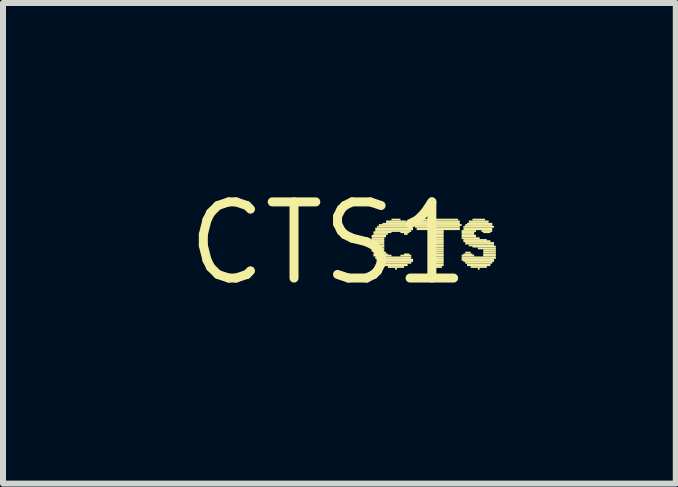
<source format=kicad_pcb>
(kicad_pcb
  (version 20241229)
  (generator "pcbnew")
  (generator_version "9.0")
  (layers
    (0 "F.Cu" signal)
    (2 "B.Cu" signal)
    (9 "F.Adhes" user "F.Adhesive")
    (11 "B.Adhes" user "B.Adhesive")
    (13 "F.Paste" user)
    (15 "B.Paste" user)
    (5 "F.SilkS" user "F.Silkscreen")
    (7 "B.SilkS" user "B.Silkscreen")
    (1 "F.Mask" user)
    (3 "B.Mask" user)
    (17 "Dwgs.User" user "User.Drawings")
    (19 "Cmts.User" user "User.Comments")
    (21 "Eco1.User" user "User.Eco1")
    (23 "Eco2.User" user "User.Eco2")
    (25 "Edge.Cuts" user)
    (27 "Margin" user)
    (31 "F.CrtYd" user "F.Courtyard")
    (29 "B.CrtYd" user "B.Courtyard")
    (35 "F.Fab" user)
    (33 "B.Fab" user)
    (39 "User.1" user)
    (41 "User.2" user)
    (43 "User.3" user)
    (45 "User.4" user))
  (footprint "CTS1"
    (layer "F.Cu")
    (at 2.426 1.006)
    (property "Reference" "CTS1" (at 0 0 0) (layer "F.SilkS") (effects (font (size 1.27 1.27) (thickness 0.15))))
    (fp_poly (pts (xy 0.72 -0.1) (xy 0.96 -0.1) (xy 0.96 -0.14) (xy 0.72 -0.14)) (stroke (width 0) (type default)) (fill yes) (layer "F.SilkS"))
    (fp_poly (pts (xy 0.72 -0.07) (xy 0.93 -0.07) (xy 0.93 -0.1) (xy 0.72 -0.1)) (stroke (width 0) (type default)) (fill yes) (layer "F.SilkS"))
    (fp_poly (pts (xy 0.72 -0.04) (xy 0.93 -0.04) (xy 0.93 -0.07) (xy 0.72 -0.07)) (stroke (width 0) (type default)) (fill yes) (layer "F.SilkS"))
    (fp_poly (pts (xy 0.72 -0.02) (xy 0.93 -0.02) (xy 0.93 -0.05) (xy 0.72 -0.05)) (stroke (width 0) (type default)) (fill yes) (layer "F.SilkS"))
    (fp_poly (pts (xy 0.72 0.02) (xy 0.93 0.02) (xy 0.93 -0.02) (xy 0.72 -0.02)) (stroke (width 0) (type default)) (fill yes) (layer "F.SilkS"))
    (fp_poly (pts (xy 0.72 0.05) (xy 0.93 0.05) (xy 0.93 0.02) (xy 0.72 0.02)) (stroke (width 0) (type default)) (fill yes) (layer "F.SilkS"))
    (fp_poly (pts (xy 0.72 0.07) (xy 0.93 0.07) (xy 0.93 0.04) (xy 0.72 0.04)) (stroke (width 0) (type default)) (fill yes) (layer "F.SilkS"))
    (fp_poly (pts (xy 0.72 0.1) (xy 0.93 0.1) (xy 0.93 0.07) (xy 0.72 0.07)) (stroke (width 0) (type default)) (fill yes) (layer "F.SilkS"))
    (fp_poly (pts (xy 0.72 0.14) (xy 0.93 0.14) (xy 0.93 0.1) (xy 0.72 0.1)) (stroke (width 0) (type default)) (fill yes) (layer "F.SilkS"))
    (fp_poly (pts (xy 0.75 -0.17) (xy 1.05 -0.17) (xy 1.05 -0.2) (xy 0.75 -0.2)) (stroke (width 0) (type default)) (fill yes) (layer "F.SilkS"))
    (fp_poly (pts (xy 0.75 -0.14) (xy 0.99 -0.14) (xy 0.99 -0.17) (xy 0.75 -0.17)) (stroke (width 0) (type default)) (fill yes) (layer "F.SilkS"))
    (fp_poly (pts (xy 0.75 0.17) (xy 0.96 0.17) (xy 0.96 0.14) (xy 0.75 0.14)) (stroke (width 0) (type default)) (fill yes) (layer "F.SilkS"))
    (fp_poly (pts (xy 0.75 0.2) (xy 0.99 0.2) (xy 0.99 0.17) (xy 0.75 0.17)) (stroke (width 0) (type default)) (fill yes) (layer "F.SilkS"))
    (fp_poly (pts (xy 0.75 0.22) (xy 1.05 0.22) (xy 1.05 0.19) (xy 0.75 0.19)) (stroke (width 0) (type default)) (fill yes) (layer "F.SilkS"))
    (fp_poly (pts (xy 0.78 -0.22) (xy 1.41 -0.22) (xy 1.41 -0.26) (xy 0.78 -0.26)) (stroke (width 0) (type default)) (fill yes) (layer "F.SilkS"))
    (fp_poly (pts (xy 0.78 -0.19) (xy 1.38 -0.19) (xy 1.38 -0.22) (xy 0.78 -0.22)) (stroke (width 0) (type default)) (fill yes) (layer "F.SilkS"))
    (fp_poly (pts (xy 0.78 0.26) (xy 1.38 0.26) (xy 1.38 0.22) (xy 0.78 0.22)) (stroke (width 0) (type default)) (fill yes) (layer "F.SilkS"))
    (fp_poly (pts (xy 0.81 -0.26) (xy 1.41 -0.26) (xy 1.41 -0.29) (xy 0.81 -0.29)) (stroke (width 0) (type default)) (fill yes) (layer "F.SilkS"))
    (fp_poly (pts (xy 0.81 0.29) (xy 1.41 0.29) (xy 1.41 0.26) (xy 0.81 0.26)) (stroke (width 0) (type default)) (fill yes) (layer "F.SilkS"))
    (fp_poly (pts (xy 0.84 -0.29) (xy 1.38 -0.29) (xy 1.38 -0.32) (xy 0.84 -0.32)) (stroke (width 0) (type default)) (fill yes) (layer "F.SilkS"))
    (fp_poly (pts (xy 0.84 0.31) (xy 1.41 0.31) (xy 1.41 0.28) (xy 0.84 0.28)) (stroke (width 0) (type default)) (fill yes) (layer "F.SilkS"))
    (fp_poly (pts (xy 0.87 0.34) (xy 1.38 0.34) (xy 1.38 0.31) (xy 0.87 0.31)) (stroke (width 0) (type default)) (fill yes) (layer "F.SilkS"))
    (fp_poly (pts (xy 0.9 -0.31) (xy 1.35 -0.31) (xy 1.35 -0.34) (xy 0.9 -0.34)) (stroke (width 0) (type default)) (fill yes) (layer "F.SilkS"))
    (fp_poly (pts (xy 0.93 0.38) (xy 1.32 0.38) (xy 1.32 0.34) (xy 0.93 0.34)) (stroke (width 0) (type default)) (fill yes) (layer "F.SilkS"))
    (fp_poly (pts (xy 0.96 -0.34) (xy 1.29 -0.34) (xy 1.29 -0.38) (xy 0.96 -0.38)) (stroke (width 0) (type default)) (fill yes) (layer "F.SilkS"))
    (fp_poly (pts (xy 0.99 0.41) (xy 1.26 0.41) (xy 1.26 0.38) (xy 0.99 0.38)) (stroke (width 0) (type default)) (fill yes) (layer "F.SilkS"))
    (fp_poly (pts (xy 1.05 -0.38) (xy 1.2 -0.38) (xy 1.2 -0.41) (xy 1.05 -0.41)) (stroke (width 0) (type default)) (fill yes) (layer "F.SilkS"))
    (fp_poly (pts (xy 1.11 0.44) (xy 1.14 0.44) (xy 1.14 0.41) (xy 1.11 0.41)) (stroke (width 0) (type default)) (fill yes) (layer "F.SilkS"))
    (fp_poly (pts (xy 1.2 -0.17) (xy 1.35 -0.17) (xy 1.35 -0.2) (xy 1.2 -0.2)) (stroke (width 0) (type default)) (fill yes) (layer "F.SilkS"))
    (fp_poly (pts (xy 1.2 0.22) (xy 1.38 0.22) (xy 1.38 0.19) (xy 1.2 0.19)) (stroke (width 0) (type default)) (fill yes) (layer "F.SilkS"))
    (fp_poly (pts (xy 1.26 -0.14) (xy 1.32 -0.14) (xy 1.32 -0.17) (xy 1.26 -0.17)) (stroke (width 0) (type default)) (fill yes) (layer "F.SilkS"))
    (fp_poly (pts (xy 1.26 0.2) (xy 1.35 0.2) (xy 1.35 0.17) (xy 1.26 0.17)) (stroke (width 0) (type default)) (fill yes) (layer "F.SilkS"))
    (fp_poly (pts (xy 1.44 -0.34) (xy 2.19 -0.34) (xy 2.19 -0.38) (xy 1.44 -0.38)) (stroke (width 0) (type default)) (fill yes) (layer "F.SilkS"))
    (fp_poly (pts (xy 1.44 -0.31) (xy 2.19 -0.31) (xy 2.19 -0.34) (xy 1.44 -0.34)) (stroke (width 0) (type default)) (fill yes) (layer "F.SilkS"))
    (fp_poly (pts (xy 1.44 -0.29) (xy 2.22 -0.29) (xy 2.22 -0.32) (xy 1.44 -0.32)) (stroke (width 0) (type default)) (fill yes) (layer "F.SilkS"))
    (fp_poly (pts (xy 1.44 -0.26) (xy 2.19 -0.26) (xy 2.19 -0.29) (xy 1.44 -0.29)) (stroke (width 0) (type default)) (fill yes) (layer "F.SilkS"))
    (fp_poly (pts (xy 1.47 -0.22) (xy 2.19 -0.22) (xy 2.19 -0.26) (xy 1.47 -0.26)) (stroke (width 0) (type default)) (fill yes) (layer "F.SilkS"))
    (fp_poly (pts (xy 1.5 -0.38) (xy 2.16 -0.38) (xy 2.16 -0.41) (xy 1.5 -0.41)) (stroke (width 0) (type default)) (fill yes) (layer "F.SilkS"))
    (fp_poly (pts (xy 1.71 -0.19) (xy 1.92 -0.19) (xy 1.92 -0.22) (xy 1.71 -0.22)) (stroke (width 0) (type default)) (fill yes) (layer "F.SilkS"))
    (fp_poly (pts (xy 1.71 -0.17) (xy 1.92 -0.17) (xy 1.92 -0.2) (xy 1.71 -0.2)) (stroke (width 0) (type default)) (fill yes) (layer "F.SilkS"))
    (fp_poly (pts (xy 1.71 -0.14) (xy 1.92 -0.14) (xy 1.92 -0.17) (xy 1.71 -0.17)) (stroke (width 0) (type default)) (fill yes) (layer "F.SilkS"))
    (fp_poly (pts (xy 1.71 -0.1) (xy 1.92 -0.1) (xy 1.92 -0.14) (xy 1.71 -0.14)) (stroke (width 0) (type default)) (fill yes) (layer "F.SilkS"))
    (fp_poly (pts (xy 1.71 -0.07) (xy 1.92 -0.07) (xy 1.92 -0.1) (xy 1.71 -0.1)) (stroke (width 0) (type default)) (fill yes) (layer "F.SilkS"))
    (fp_poly (pts (xy 1.71 -0.04) (xy 1.92 -0.04) (xy 1.92 -0.07) (xy 1.71 -0.07)) (stroke (width 0) (type default)) (fill yes) (layer "F.SilkS"))
    (fp_poly (pts (xy 1.71 -0.02) (xy 1.92 -0.02) (xy 1.92 -0.05) (xy 1.71 -0.05)) (stroke (width 0) (type default)) (fill yes) (layer "F.SilkS"))
    (fp_poly (pts (xy 1.71 0.02) (xy 1.92 0.02) (xy 1.92 -0.02) (xy 1.71 -0.02)) (stroke (width 0) (type default)) (fill yes) (layer "F.SilkS"))
    (fp_poly (pts (xy 1.71 0.05) (xy 1.92 0.05) (xy 1.92 0.02) (xy 1.71 0.02)) (stroke (width 0) (type default)) (fill yes) (layer "F.SilkS"))
    (fp_poly (pts (xy 1.71 0.07) (xy 1.92 0.07) (xy 1.92 0.04) (xy 1.71 0.04)) (stroke (width 0) (type default)) (fill yes) (layer "F.SilkS"))
    (fp_poly (pts (xy 1.71 0.1) (xy 1.92 0.1) (xy 1.92 0.07) (xy 1.71 0.07)) (stroke (width 0) (type default)) (fill yes) (layer "F.SilkS"))
    (fp_poly (pts (xy 1.71 0.14) (xy 1.92 0.14) (xy 1.92 0.1) (xy 1.71 0.1)) (stroke (width 0) (type default)) (fill yes) (layer "F.SilkS"))
    (fp_poly (pts (xy 1.71 0.17) (xy 1.92 0.17) (xy 1.92 0.14) (xy 1.71 0.14)) (stroke (width 0) (type default)) (fill yes) (layer "F.SilkS"))
    (fp_poly (pts (xy 1.71 0.2) (xy 1.92 0.2) (xy 1.92 0.17) (xy 1.71 0.17)) (stroke (width 0) (type default)) (fill yes) (layer "F.SilkS"))
    (fp_poly (pts (xy 1.71 0.22) (xy 1.92 0.22) (xy 1.92 0.19) (xy 1.71 0.19)) (stroke (width 0) (type default)) (fill yes) (layer "F.SilkS"))
    (fp_poly (pts (xy 1.71 0.26) (xy 1.92 0.26) (xy 1.92 0.22) (xy 1.71 0.22)) (stroke (width 0) (type default)) (fill yes) (layer "F.SilkS"))
    (fp_poly (pts (xy 1.71 0.29) (xy 1.92 0.29) (xy 1.92 0.26) (xy 1.71 0.26)) (stroke (width 0) (type default)) (fill yes) (layer "F.SilkS"))
    (fp_poly (pts (xy 1.71 0.31) (xy 1.92 0.31) (xy 1.92 0.28) (xy 1.71 0.28)) (stroke (width 0) (type default)) (fill yes) (layer "F.SilkS"))
    (fp_poly (pts (xy 1.71 0.34) (xy 1.92 0.34) (xy 1.92 0.31) (xy 1.71 0.31)) (stroke (width 0) (type default)) (fill yes) (layer "F.SilkS"))
    (fp_poly (pts (xy 1.74 0.38) (xy 1.92 0.38) (xy 1.92 0.34) (xy 1.74 0.34)) (stroke (width 0) (type default)) (fill yes) (layer "F.SilkS"))
    (fp_poly (pts (xy 1.74 0.41) (xy 1.89 0.41) (xy 1.89 0.38) (xy 1.74 0.38)) (stroke (width 0) (type default)) (fill yes) (layer "F.SilkS"))
    (fp_poly (pts (xy 2.22 -0.19) (xy 2.46 -0.19) (xy 2.46 -0.22) (xy 2.22 -0.22)) (stroke (width 0) (type default)) (fill yes) (layer "F.SilkS"))
    (fp_poly (pts (xy 2.22 -0.17) (xy 2.43 -0.17) (xy 2.43 -0.2) (xy 2.22 -0.2)) (stroke (width 0) (type default)) (fill yes) (layer "F.SilkS"))
    (fp_poly (pts (xy 2.22 -0.14) (xy 2.43 -0.14) (xy 2.43 -0.17) (xy 2.22 -0.17)) (stroke (width 0) (type default)) (fill yes) (layer "F.SilkS"))
    (fp_poly (pts (xy 2.22 -0.1) (xy 2.46 -0.1) (xy 2.46 -0.14) (xy 2.22 -0.14)) (stroke (width 0) (type default)) (fill yes) (layer "F.SilkS"))
    (fp_poly (pts (xy 2.22 -0.07) (xy 2.52 -0.07) (xy 2.52 -0.1) (xy 2.22 -0.1)) (stroke (width 0) (type default)) (fill yes) (layer "F.SilkS"))
    (fp_poly (pts (xy 2.22 0.22) (xy 2.43 0.22) (xy 2.43 0.19) (xy 2.22 0.19)) (stroke (width 0) (type default)) (fill yes) (layer "F.SilkS"))
    (fp_poly (pts (xy 2.22 0.26) (xy 2.79 0.26) (xy 2.79 0.22) (xy 2.22 0.22)) (stroke (width 0) (type default)) (fill yes) (layer "F.SilkS"))
    (fp_poly (pts (xy 2.22 0.29) (xy 2.76 0.29) (xy 2.76 0.26) (xy 2.22 0.26)) (stroke (width 0) (type default)) (fill yes) (layer "F.SilkS"))
    (fp_poly (pts (xy 2.25 -0.26) (xy 2.76 -0.26) (xy 2.76 -0.29) (xy 2.25 -0.29)) (stroke (width 0) (type default)) (fill yes) (layer "F.SilkS"))
    (fp_poly (pts (xy 2.25 -0.22) (xy 2.73 -0.22) (xy 2.73 -0.26) (xy 2.25 -0.26)) (stroke (width 0) (type default)) (fill yes) (layer "F.SilkS"))
    (fp_poly (pts (xy 2.25 -0.04) (xy 2.64 -0.04) (xy 2.64 -0.07) (xy 2.25 -0.07)) (stroke (width 0) (type default)) (fill yes) (layer "F.SilkS"))
    (fp_poly (pts (xy 2.25 -0.02) (xy 2.7 -0.02) (xy 2.7 -0.05) (xy 2.25 -0.05)) (stroke (width 0) (type default)) (fill yes) (layer "F.SilkS"))
    (fp_poly (pts (xy 2.25 0.2) (xy 2.4 0.2) (xy 2.4 0.17) (xy 2.25 0.17)) (stroke (width 0) (type default)) (fill yes) (layer "F.SilkS"))
    (fp_poly (pts (xy 2.25 0.31) (xy 2.76 0.31) (xy 2.76 0.28) (xy 2.25 0.28)) (stroke (width 0) (type default)) (fill yes) (layer "F.SilkS"))
    (fp_poly (pts (xy 2.28 -0.29) (xy 2.73 -0.29) (xy 2.73 -0.32) (xy 2.28 -0.32)) (stroke (width 0) (type default)) (fill yes) (layer "F.SilkS"))
    (fp_poly (pts (xy 2.28 0.02) (xy 2.76 0.02) (xy 2.76 -0.02) (xy 2.28 -0.02)) (stroke (width 0) (type default)) (fill yes) (layer "F.SilkS"))
    (fp_poly (pts (xy 2.28 0.17) (xy 2.37 0.17) (xy 2.37 0.14) (xy 2.28 0.14)) (stroke (width 0) (type default)) (fill yes) (layer "F.SilkS"))
    (fp_poly (pts (xy 2.28 0.34) (xy 2.73 0.34) (xy 2.73 0.31) (xy 2.28 0.31)) (stroke (width 0) (type default)) (fill yes) (layer "F.SilkS"))
    (fp_poly (pts (xy 2.31 -0.31) (xy 2.73 -0.31) (xy 2.73 -0.34) (xy 2.31 -0.34)) (stroke (width 0) (type default)) (fill yes) (layer "F.SilkS"))
    (fp_poly (pts (xy 2.31 0.38) (xy 2.7 0.38) (xy 2.7 0.34) (xy 2.31 0.34)) (stroke (width 0) (type default)) (fill yes) (layer "F.SilkS"))
    (fp_poly (pts (xy 2.34 -0.34) (xy 2.67 -0.34) (xy 2.67 -0.38) (xy 2.34 -0.38)) (stroke (width 0) (type default)) (fill yes) (layer "F.SilkS"))
    (fp_poly (pts (xy 2.34 0.05) (xy 2.76 0.05) (xy 2.76 0.02) (xy 2.34 0.02)) (stroke (width 0) (type default)) (fill yes) (layer "F.SilkS"))
    (fp_poly (pts (xy 2.37 0.41) (xy 2.64 0.41) (xy 2.64 0.38) (xy 2.37 0.38)) (stroke (width 0) (type default)) (fill yes) (layer "F.SilkS"))
    (fp_poly (pts (xy 2.4 -0.38) (xy 2.61 -0.38) (xy 2.61 -0.41) (xy 2.4 -0.41)) (stroke (width 0) (type default)) (fill yes) (layer "F.SilkS"))
    (fp_poly (pts (xy 2.4 0.07) (xy 2.79 0.07) (xy 2.79 0.04) (xy 2.4 0.04)) (stroke (width 0) (type default)) (fill yes) (layer "F.SilkS"))
    (fp_poly (pts (xy 2.49 0.1) (xy 2.79 0.1) (xy 2.79 0.07) (xy 2.49 0.07)) (stroke (width 0) (type default)) (fill yes) (layer "F.SilkS"))
    (fp_poly (pts (xy 2.49 0.44) (xy 2.52 0.44) (xy 2.52 0.41) (xy 2.49 0.41)) (stroke (width 0) (type default)) (fill yes) (layer "F.SilkS"))
    (fp_poly (pts (xy 2.55 -0.19) (xy 2.73 -0.19) (xy 2.73 -0.22) (xy 2.55 -0.22)) (stroke (width 0) (type default)) (fill yes) (layer "F.SilkS"))
    (fp_poly (pts (xy 2.58 -0.17) (xy 2.7 -0.17) (xy 2.7 -0.2) (xy 2.58 -0.2)) (stroke (width 0) (type default)) (fill yes) (layer "F.SilkS"))
    (fp_poly (pts (xy 2.58 0.14) (xy 2.79 0.14) (xy 2.79 0.1) (xy 2.58 0.1)) (stroke (width 0) (type default)) (fill yes) (layer "F.SilkS"))
    (fp_poly (pts (xy 2.58 0.17) (xy 2.79 0.17) (xy 2.79 0.14) (xy 2.58 0.14)) (stroke (width 0) (type default)) (fill yes) (layer "F.SilkS"))
    (fp_poly (pts (xy 2.58 0.2) (xy 2.79 0.2) (xy 2.79 0.17) (xy 2.58 0.17)) (stroke (width 0) (type default)) (fill yes) (layer "F.SilkS"))
    (fp_poly (pts (xy 2.58 0.22) (xy 2.79 0.22) (xy 2.79 0.19) (xy 2.58 0.19)) (stroke (width 0) (type default)) (fill yes) (layer "F.SilkS")))
  (gr_rect
    (start -3 -3)
    (end 8.216 5.012)
    (stroke (width 0.1) (type default))
    (fill no)
    (layer "Edge.Cuts")))
</source>
